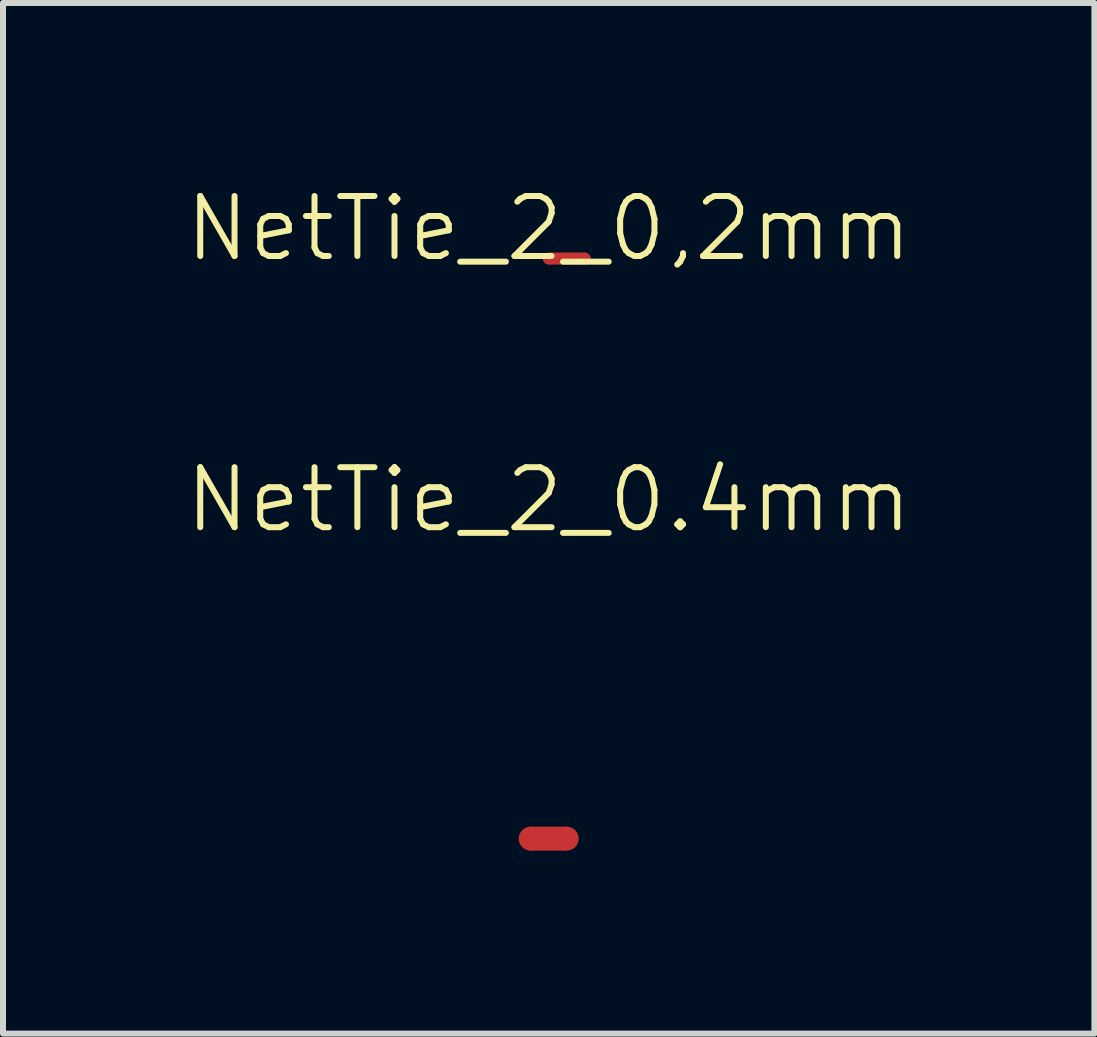
<source format=kicad_pcb>
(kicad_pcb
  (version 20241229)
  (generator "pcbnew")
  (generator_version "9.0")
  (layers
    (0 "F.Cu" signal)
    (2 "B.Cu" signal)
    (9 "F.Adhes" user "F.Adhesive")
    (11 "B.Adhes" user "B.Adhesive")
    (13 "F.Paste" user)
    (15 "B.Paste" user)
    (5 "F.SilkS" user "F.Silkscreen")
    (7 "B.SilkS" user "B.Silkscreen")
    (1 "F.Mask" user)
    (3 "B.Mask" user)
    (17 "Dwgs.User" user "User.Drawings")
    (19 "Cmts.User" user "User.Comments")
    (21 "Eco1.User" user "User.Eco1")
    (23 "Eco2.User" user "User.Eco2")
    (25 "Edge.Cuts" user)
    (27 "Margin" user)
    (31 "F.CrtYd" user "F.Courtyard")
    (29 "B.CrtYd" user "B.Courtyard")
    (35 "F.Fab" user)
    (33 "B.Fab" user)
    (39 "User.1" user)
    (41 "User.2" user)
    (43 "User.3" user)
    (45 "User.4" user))
  (footprint "NetTie_2_0.4mm"
    (layer "F.Cu")
    (at 6.098 10.931)
    (property "Reference" "NetTie_2_0.4mm" (at 0 -5.65 0) (unlocked yes) (layer "F.SilkS") (effects (font (size 1 1) (thickness 0.1))))
    (attr smd)
    (fp_poly (pts (xy -0.3 -0.2) (xy 0.3 -0.2) (xy 0.3 0.2) (xy -0.3 0.2)) (stroke (width 0) (type solid)) (fill yes) (layer "F.Cu"))
    (pad "1" smd circle (at -0.3 0) (size 0.4 0.4) (layers "F.Cu"))
    (pad "2" smd circle (at 0.3 0) (size 0.4 0.4) (layers "F.Cu")))
  (footprint "NetTie_2_0,2mm"
    (layer "F.Cu")
    (at 6.098 1.26)
    (property "Reference" "NetTie_2_0,2mm" (at 0 -0.5 0) (unlocked yes) (layer "F.SilkS") (effects (font (size 1 1) (thickness 0.1))))
    (attr smd)
    (fp_poly (pts (xy 0 -0.1) (xy 0.6 -0.1) (xy 0.6 0.1) (xy 0 0.1)) (stroke (width 0) (type solid)) (fill yes) (layer "F.Cu"))
    (pad "1" smd circle (at 0 0) (size 0.2 0.2) (layers "F.Cu"))
    (pad "2" smd circle (at 0.6 0) (size 0.2 0.2) (layers "F.Cu")))
  (gr_rect
    (start -3 -3)
    (end 15.195 14.181)
    (stroke (width 0.1) (type default))
    (fill no)
    (layer "Edge.Cuts")))
</source>
